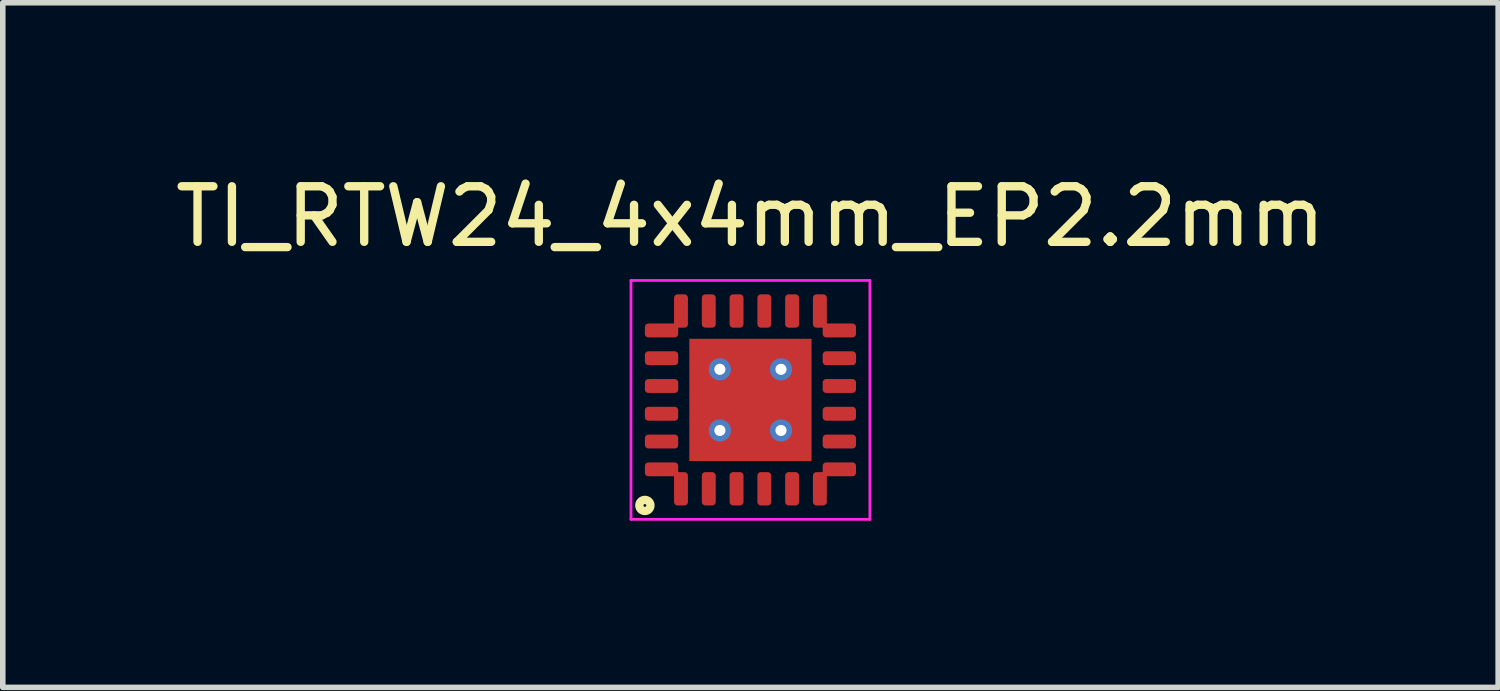
<source format=kicad_pcb>
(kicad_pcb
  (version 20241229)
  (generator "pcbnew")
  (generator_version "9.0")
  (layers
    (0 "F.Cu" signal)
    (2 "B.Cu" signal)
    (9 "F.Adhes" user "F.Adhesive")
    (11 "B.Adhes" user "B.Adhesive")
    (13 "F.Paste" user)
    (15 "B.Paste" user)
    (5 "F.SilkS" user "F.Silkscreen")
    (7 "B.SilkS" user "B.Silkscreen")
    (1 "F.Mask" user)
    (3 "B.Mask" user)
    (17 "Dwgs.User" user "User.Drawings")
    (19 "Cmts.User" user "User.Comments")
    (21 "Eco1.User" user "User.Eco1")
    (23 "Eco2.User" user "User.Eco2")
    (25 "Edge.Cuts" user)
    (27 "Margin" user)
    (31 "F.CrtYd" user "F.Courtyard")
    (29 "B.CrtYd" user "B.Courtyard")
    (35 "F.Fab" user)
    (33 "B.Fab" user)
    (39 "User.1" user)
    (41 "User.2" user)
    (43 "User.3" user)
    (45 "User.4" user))
  (footprint "TI_RTW24_4x4mm_EP2.2mm"
    (layer "F.Cu")
    (at 10.458 4.148)
    (property "Reference" "TI_RTW24_4x4mm_EP2.2mm" (at 0 -3.3 0) (layer "F.SilkS") (effects (font (size 1 1) (thickness 0.15))))
    (attr smd)
    (fp_circle (center -1.9 1.9) (end -1.8 1.9) (stroke (width 0.15) (type solid)) (fill no) (layer "F.SilkS"))
    (fp_line (start -2.15 -2.15) (end 2.15 -2.15) (stroke (width 0.05) (type solid)) (layer "F.CrtYd"))
    (fp_line (start -2.15 2.15) (end -2.15 -2.15) (stroke (width 0.05) (type solid)) (layer "F.CrtYd"))
    (fp_line (start 2.15 -2.15) (end 2.15 2.15) (stroke (width 0.05) (type solid)) (layer "F.CrtYd"))
    (fp_line (start 2.15 2.15) (end -2.15 2.15) (stroke (width 0.05) (type solid)) (layer "F.CrtYd"))
    (pad "" thru_hole circle (at -0.55 -0.55) (size 0.4 0.4) (drill 0.2) (layers "*.Mask"))
    (pad "" thru_hole circle (at -0.55 0.55) (size 0.4 0.4) (drill 0.2) (layers "*.Mask"))
    (pad "" thru_hole circle (at 0.55 -0.55) (size 0.4 0.4) (drill 0.2) (layers "*.Mask"))
    (pad "" thru_hole circle (at 0.55 0.55) (size 0.4 0.4) (drill 0.2) (layers "*.Mask"))
    (pad "1" smd roundrect (at -1.25 1.6) (size 0.25 0.6) (layers "F.Cu" "F.Mask" "F.Paste") (roundrect_rratio 0.25))
    (pad "2" smd roundrect (at -0.75 1.6) (size 0.25 0.6) (layers "F.Cu" "F.Mask" "F.Paste") (roundrect_rratio 0.25))
    (pad "3" smd roundrect (at -0.25 1.6) (size 0.25 0.6) (layers "F.Cu" "F.Mask" "F.Paste") (roundrect_rratio 0.25))
    (pad "4" smd roundrect (at 0.25 1.6) (size 0.25 0.6) (layers "F.Cu" "F.Mask" "F.Paste") (roundrect_rratio 0.25))
    (pad "5" smd roundrect (at 0.75 1.6) (size 0.25 0.6) (layers "F.Cu" "F.Mask" "F.Paste") (roundrect_rratio 0.25))
    (pad "6" smd roundrect (at 1.25 1.6) (size 0.25 0.6) (layers "F.Cu" "F.Mask" "F.Paste") (roundrect_rratio 0.25))
    (pad "7" smd roundrect (at 1.6 1.25 90) (size 0.25 0.6) (layers "F.Cu" "F.Mask" "F.Paste") (roundrect_rratio 0.25))
    (pad "8" smd roundrect (at 1.6 0.75 90) (size 0.25 0.6) (layers "F.Cu" "F.Mask" "F.Paste") (roundrect_rratio 0.25))
    (pad "9" smd roundrect (at 1.6 0.25 90) (size 0.25 0.6) (layers "F.Cu" "F.Mask" "F.Paste") (roundrect_rratio 0.25))
    (pad "10" smd roundrect (at 1.6 -0.25 90) (size 0.25 0.6) (layers "F.Cu" "F.Mask" "F.Paste") (roundrect_rratio 0.25))
    (pad "11" smd roundrect (at 1.6 -0.75 90) (size 0.25 0.6) (layers "F.Cu" "F.Mask" "F.Paste") (roundrect_rratio 0.25))
    (pad "12" smd roundrect (at 1.6 -1.25 90) (size 0.25 0.6) (layers "F.Cu" "F.Mask" "F.Paste") (roundrect_rratio 0.25))
    (pad "13" smd roundrect (at 1.25 -1.6 180) (size 0.25 0.6) (layers "F.Cu" "F.Mask" "F.Paste") (roundrect_rratio 0.25))
    (pad "14" smd roundrect (at 0.75 -1.6 180) (size 0.25 0.6) (layers "F.Cu" "F.Mask" "F.Paste") (roundrect_rratio 0.25))
    (pad "15" smd roundrect (at 0.25 -1.6 180) (size 0.25 0.6) (layers "F.Cu" "F.Mask" "F.Paste") (roundrect_rratio 0.25))
    (pad "16" smd roundrect (at -0.25 -1.6 180) (size 0.25 0.6) (layers "F.Cu" "F.Mask" "F.Paste") (roundrect_rratio 0.25))
    (pad "17" smd roundrect (at -0.75 -1.6 180) (size 0.25 0.6) (layers "F.Cu" "F.Mask" "F.Paste") (roundrect_rratio 0.25))
    (pad "18" smd roundrect (at -1.25 -1.6 180) (size 0.25 0.6) (layers "F.Cu" "F.Mask" "F.Paste") (roundrect_rratio 0.25))
    (pad "19" smd roundrect (at -1.6 -1.25 270) (size 0.25 0.6) (layers "F.Cu" "F.Mask" "F.Paste") (roundrect_rratio 0.25))
    (pad "20" smd roundrect (at -1.6 -0.75 270) (size 0.25 0.6) (layers "F.Cu" "F.Mask" "F.Paste") (roundrect_rratio 0.25))
    (pad "21" smd roundrect (at -1.6 -0.25 270) (size 0.25 0.6) (layers "F.Cu" "F.Mask" "F.Paste") (roundrect_rratio 0.25))
    (pad "22" smd roundrect (at -1.6 0.25 270) (size 0.25 0.6) (layers "F.Cu" "F.Mask" "F.Paste") (roundrect_rratio 0.25))
    (pad "23" smd roundrect (at -1.6 0.75 270) (size 0.25 0.6) (layers "F.Cu" "F.Mask" "F.Paste") (roundrect_rratio 0.25))
    (pad "24" smd roundrect (at -1.6 1.25 270) (size 0.25 0.6) (layers "F.Cu" "F.Mask" "F.Paste") (roundrect_rratio 0.25))
    (pad "25" smd rect (at 0 0) (size 2.2 2.2) (layers "F.Cu" "F.Mask")))
  (gr_rect
    (start -3 -3)
    (end 23.917 9.323)
    (stroke (width 0.1) (type default))
    (fill no)
    (layer "Edge.Cuts")))
</source>
